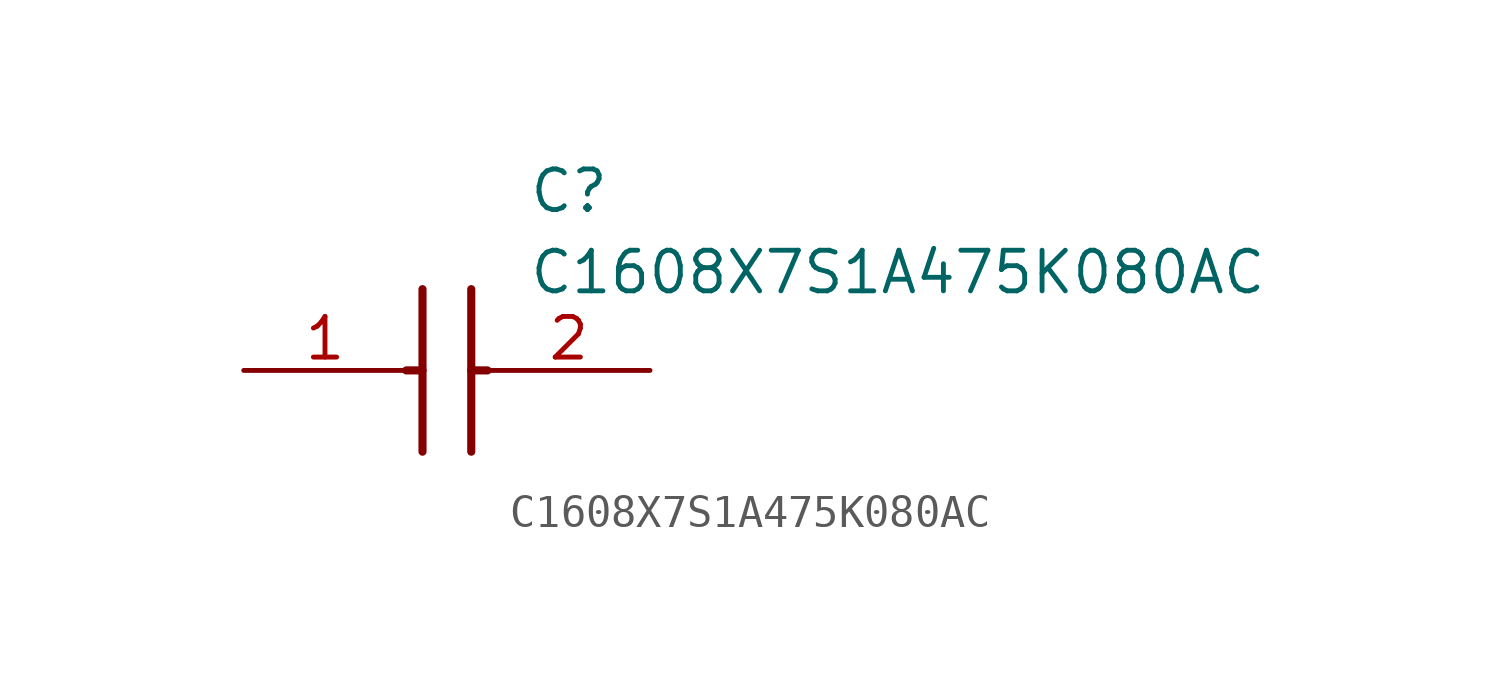
<source format=kicad_sym>
(kicad_symbol_lib
  (version 20211014)
  (generator SamacSys_ECAD_Model)
  (symbol "C1608X7S1A475K080AC"
    (pin_names hide)
    (property "Reference" "C"
      (at 8.89 6.35 0)
      (effects (font (size 1.27 1.27)) (justify left top)))
    (property "Value" "C1608X7S1A475K080AC"
      (at 8.89 3.81 0)
      (effects (font (size 1.27 1.27)) (justify left top)))
    (polyline
      (pts (xy 5.588 2.54) (xy 5.588 -2.54))
      (stroke (width 0.254) (type default))
      (fill (type none)))
    (polyline
      (pts (xy 7.112 2.54) (xy 7.112 -2.54))
      (stroke (width 0.254) (type default))
      (fill (type none)))
    (polyline
      (pts (xy 5.08 0) (xy 5.588 0))
      (stroke (width 0.254) (type default))
      (fill (type none)))
    (polyline
      (pts (xy 7.112 0) (xy 7.62 0))
      (stroke (width 0.254) (type default))
      (fill (type none)))
    (pin passive line
      (at 0 0 0)
      (length 5.08)
      (name "1" (effects (font (size 1.27 1.27))))
      (number "1" (effects (font (size 1.27 1.27)))))
    (pin passive line
      (at 12.7 0 180)
      (length 5.08)
      (name "2" (effects (font (size 1.27 1.27))))
      (number "2" (effects (font (size 1.27 1.27)))))))
</source>
